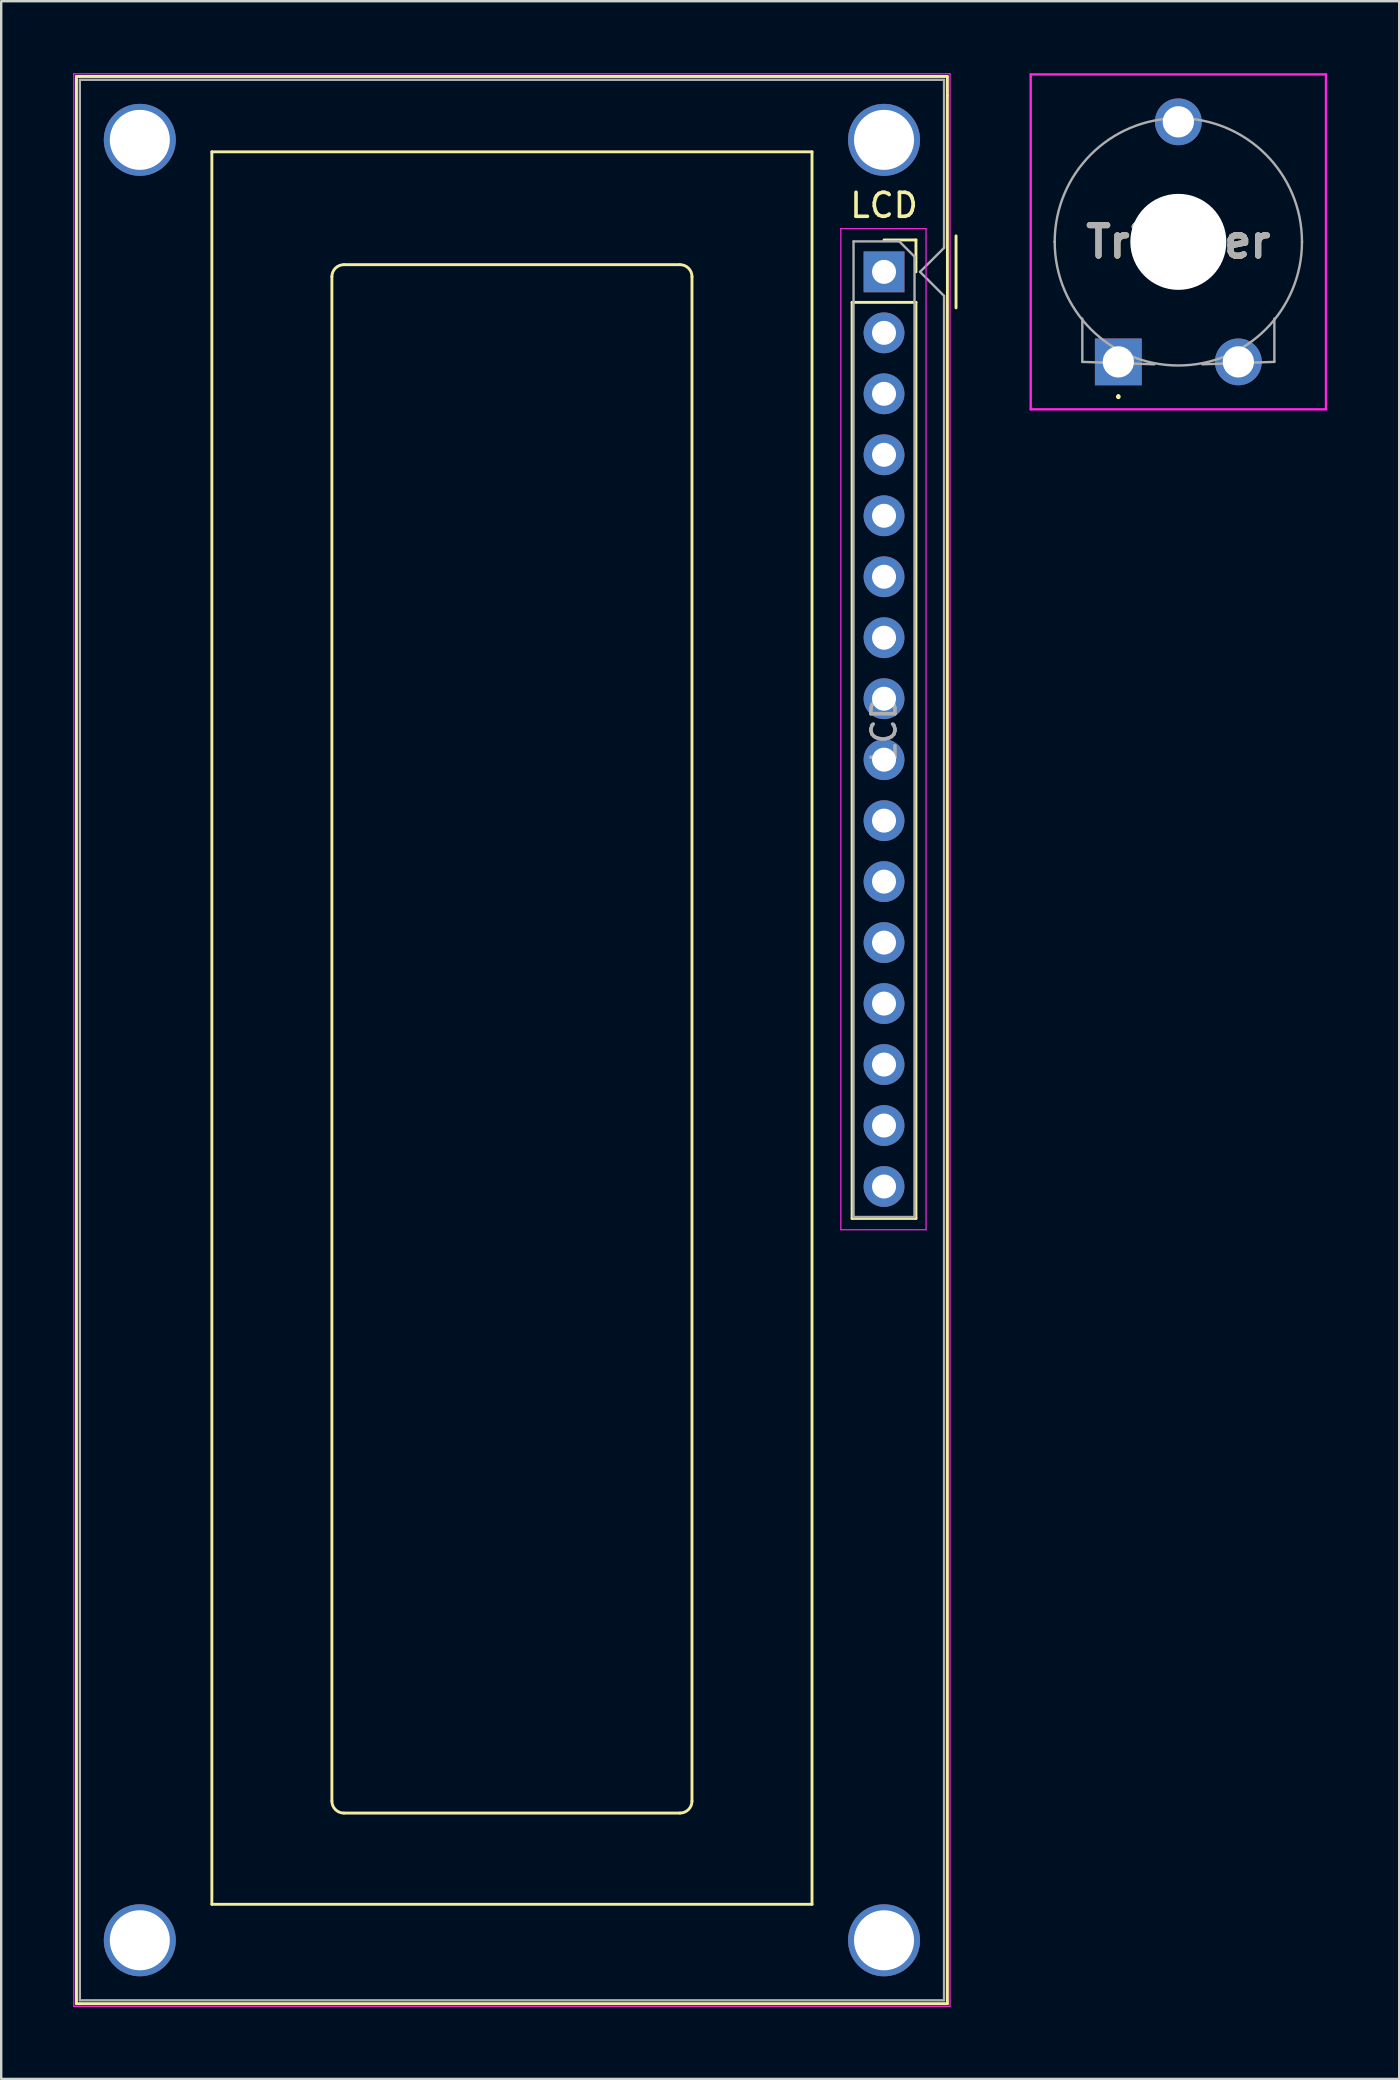
<source format=kicad_pcb>
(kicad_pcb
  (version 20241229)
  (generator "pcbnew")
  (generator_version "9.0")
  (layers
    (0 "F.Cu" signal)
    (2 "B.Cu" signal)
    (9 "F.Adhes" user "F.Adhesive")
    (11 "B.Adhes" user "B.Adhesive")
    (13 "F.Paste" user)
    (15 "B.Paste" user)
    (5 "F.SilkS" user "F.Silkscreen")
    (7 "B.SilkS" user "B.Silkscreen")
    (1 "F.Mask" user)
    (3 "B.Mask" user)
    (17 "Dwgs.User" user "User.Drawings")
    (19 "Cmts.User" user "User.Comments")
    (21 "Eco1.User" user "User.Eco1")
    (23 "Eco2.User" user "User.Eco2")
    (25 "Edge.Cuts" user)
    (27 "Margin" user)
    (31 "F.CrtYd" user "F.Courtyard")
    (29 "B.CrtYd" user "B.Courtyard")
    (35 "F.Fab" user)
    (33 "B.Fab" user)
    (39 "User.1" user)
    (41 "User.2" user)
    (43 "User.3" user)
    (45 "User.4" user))
  (footprint "LCD"
    (layer "F.Cu")
    (at 33.775 8.275)
    (property "Reference" "LCD" (at 0 -2.77 0) (layer "F.SilkS") (effects (font (size 1 1) (thickness 0.15))))
    (attr through_hole)
    (fp_line (start -33.64 -8.14) (end -33.64 72.14) (stroke (width 0.12) (type solid)) (layer "F.SilkS"))
    (fp_line (start -33.64 72.14) (end 2.64 72.14) (stroke (width 0.12) (type solid)) (layer "F.SilkS"))
    (fp_line (start -28 -5) (end -3 -5) (stroke (width 0.12) (type solid)) (layer "F.SilkS"))
    (fp_line (start -28 68) (end -28 -5) (stroke (width 0.12) (type solid)) (layer "F.SilkS"))
    (fp_line (start -23 63.701) (end -23 0.2) (stroke (width 0.12) (type solid)) (layer "F.SilkS"))
    (fp_line (start -22.499 -0.3) (end -8.5 -0.3) (stroke (width 0.12) (type solid)) (layer "F.SilkS"))
    (fp_line (start -8.5 64.2) (end -22.5 64.2) (stroke (width 0.12) (type solid)) (layer "F.SilkS"))
    (fp_line (start -8 0.2) (end -8 63.7) (stroke (width 0.12) (type solid)) (layer "F.SilkS"))
    (fp_line (start -3 -5) (end -3 68) (stroke (width 0.12) (type solid)) (layer "F.SilkS"))
    (fp_line (start -3 68) (end -28 68) (stroke (width 0.12) (type solid)) (layer "F.SilkS"))
    (fp_line (start -1.33 1.27) (end -1.33 39.43) (stroke (width 0.12) (type solid)) (layer "F.SilkS"))
    (fp_line (start -1.33 1.27) (end 1.33 1.27) (stroke (width 0.12) (type solid)) (layer "F.SilkS"))
    (fp_line (start -1.33 39.43) (end 1.33 39.43) (stroke (width 0.12) (type solid)) (layer "F.SilkS"))
    (fp_line (start 0 -1.33) (end 1.33 -1.33) (stroke (width 0.12) (type solid)) (layer "F.SilkS"))
    (fp_line (start 1.33 -1.33) (end 1.33 0) (stroke (width 0.12) (type solid)) (layer "F.SilkS"))
    (fp_line (start 1.33 1.27) (end 1.33 39.43) (stroke (width 0.12) (type solid)) (layer "F.SilkS"))
    (fp_line (start 2.64 -8.14) (end -33.64 -8.14) (stroke (width 0.12) (type solid)) (layer "F.SilkS"))
    (fp_line (start 2.64 -8.13) (end 2.64 -7.34) (stroke (width 0.12) (type solid)) (layer "F.SilkS"))
    (fp_line (start 2.64 72.14) (end 2.64 -7.34) (stroke (width 0.12) (type solid)) (layer "F.SilkS"))
    (fp_line (start 3 -1.5) (end 3 1.5) (stroke (width 0.12) (type solid)) (layer "F.SilkS"))
    (fp_arc (start -22.9997 0.20066) (mid -22.853142 -0.153162) (end -22.49932 -0.29972) (stroke (width 0.12) (type solid)) (layer "F.SilkS"))
    (fp_arc (start -22.49932 64.20104) (mid -22.85315 64.054479) (end -22.9997 63.70066) (stroke (width 0.12) (type solid)) (layer "F.SilkS"))
    (fp_arc (start -8.49884 -0.29972) (mid -8.145018 -0.153162) (end -7.99846 0.20066) (stroke (width 0.12) (type solid)) (layer "F.SilkS"))
    (fp_arc (start -8 63.7) (mid -8.146447 64.053553) (end -8.5 64.2) (stroke (width 0.12) (type solid)) (layer "F.SilkS"))
    (fp_line (start -33.75 -8.25) (end -33.75 72.25) (stroke (width 0.05) (type solid)) (layer "F.CrtYd"))
    (fp_line (start -1.8 -1.8) (end 1.75 -1.8) (stroke (width 0.05) (type solid)) (layer "F.CrtYd"))
    (fp_line (start -1.8 39.9) (end -1.8 -1.8) (stroke (width 0.05) (type solid)) (layer "F.CrtYd"))
    (fp_line (start 1.75 -1.8) (end 1.75 39.9) (stroke (width 0.05) (type solid)) (layer "F.CrtYd"))
    (fp_line (start 1.75 39.9) (end -1.8 39.9) (stroke (width 0.05) (type solid)) (layer "F.CrtYd"))
    (fp_line (start 2.75 -8.25) (end -33.75 -8.25) (stroke (width 0.05) (type solid)) (layer "F.CrtYd"))
    (fp_line (start 2.75 -8.25) (end 2.75 72.25) (stroke (width 0.05) (type solid)) (layer "F.CrtYd"))
    (fp_line (start 2.75 72.25) (end -33.75 72.25) (stroke (width 0.05) (type solid)) (layer "F.CrtYd"))
    (fp_line (start -33.5 -8) (end 2.5 -8) (stroke (width 0.1) (type solid)) (layer "F.Fab"))
    (fp_line (start -33.5 72) (end -33.5 -8) (stroke (width 0.1) (type solid)) (layer "F.Fab"))
    (fp_line (start -1.27 -1.27) (end 0.635 -1.27) (stroke (width 0.1) (type solid)) (layer "F.Fab"))
    (fp_line (start -1.27 39.37) (end -1.27 -1.27) (stroke (width 0.1) (type solid)) (layer "F.Fab"))
    (fp_line (start 0.635 -1.27) (end 1.27 -0.635) (stroke (width 0.1) (type solid)) (layer "F.Fab"))
    (fp_line (start 1.27 -0.635) (end 1.27 39.37) (stroke (width 0.1) (type solid)) (layer "F.Fab"))
    (fp_line (start 1.27 39.37) (end -1.27 39.37) (stroke (width 0.1) (type solid)) (layer "F.Fab"))
    (fp_line (start 1.5 0) (end 2.5 -1) (stroke (width 0.1) (type solid)) (layer "F.Fab"))
    (fp_line (start 2.5 -1) (end 2.5 -8) (stroke (width 0.1) (type solid)) (layer "F.Fab"))
    (fp_line (start 2.5 1) (end 1.5 0) (stroke (width 0.1) (type solid)) (layer "F.Fab"))
    (fp_line (start 2.5 1) (end 2.5 72) (stroke (width 0.1) (type solid)) (layer "F.Fab"))
    (fp_line (start 2.5 72) (end -33.5 72) (stroke (width 0.1) (type solid)) (layer "F.Fab"))
    (fp_text user "${REFERENCE}" (at 0 19.05 90) (layer "F.Fab") (effects (font (size 1 1) (thickness 0.15))))
    (pad "" np_thru_hole circle (at -31.001 -5.499 270) (size 3 3) (drill 2.5) (layers "*.Cu" "*.Mask"))
    (pad "" np_thru_hole circle (at -31.001 69.499 270) (size 3 3) (drill 2.5) (layers "*.Cu" "*.Mask"))
    (pad "" np_thru_hole circle (at 0 -5.499 270) (size 3 3) (drill 2.5) (layers "*.Cu" "*.Mask"))
    (pad "" np_thru_hole circle (at 0 69.5 270) (size 3 3) (drill 2.5) (layers "*.Cu" "*.Mask"))
    (pad "1" thru_hole rect (at 0 0) (size 1.7 1.7) (drill 1) (layers "*.Cu" "*.Mask"))
    (pad "2" thru_hole oval (at 0 2.54) (size 1.7 1.7) (drill 1) (layers "*.Cu" "*.Mask"))
    (pad "3" thru_hole oval (at 0 5.08) (size 1.7 1.7) (drill 1) (layers "*.Cu" "*.Mask"))
    (pad "4" thru_hole oval (at 0 7.62) (size 1.7 1.7) (drill 1) (layers "*.Cu" "*.Mask"))
    (pad "5" thru_hole oval (at 0 10.16) (size 1.7 1.7) (drill 1) (layers "*.Cu" "*.Mask"))
    (pad "6" thru_hole oval (at 0 12.7) (size 1.7 1.7) (drill 1) (layers "*.Cu" "*.Mask"))
    (pad "7" thru_hole oval (at 0 15.24) (size 1.7 1.7) (drill 1) (layers "*.Cu" "*.Mask"))
    (pad "8" thru_hole oval (at 0 17.78) (size 1.7 1.7) (drill 1) (layers "*.Cu" "*.Mask"))
    (pad "9" thru_hole oval (at 0 20.32) (size 1.7 1.7) (drill 1) (layers "*.Cu" "*.Mask"))
    (pad "10" thru_hole oval (at 0 22.86) (size 1.7 1.7) (drill 1) (layers "*.Cu" "*.Mask"))
    (pad "11" thru_hole oval (at 0 25.4) (size 1.7 1.7) (drill 1) (layers "*.Cu" "*.Mask"))
    (pad "12" thru_hole oval (at 0 27.94) (size 1.7 1.7) (drill 1) (layers "*.Cu" "*.Mask"))
    (pad "13" thru_hole oval (at 0 30.48) (size 1.7 1.7) (drill 1) (layers "*.Cu" "*.Mask"))
    (pad "14" thru_hole oval (at 0 33.02) (size 1.7 1.7) (drill 1) (layers "*.Cu" "*.Mask"))
    (pad "15" thru_hole oval (at 0 35.56) (size 1.7 1.7) (drill 1) (layers "*.Cu" "*.Mask"))
    (pad "16" thru_hole oval (at 0 38.1) (size 1.7 1.7) (drill 1) (layers "*.Cu" "*.Mask")))
  (footprint "Trimmer"
    (layer "F.Cu")
    (at 43.535 12.025)
    (property "Reference" "Trimmer" (at 2.5 -5 0) (layer "F.SilkS") (effects (font (size 1.27 1.27) (thickness 0.254))))
    (attr through_hole)
    (fp_line (start 0 1.4) (end 0 1.4) (stroke (width 0.1) (type solid)) (layer "F.SilkS"))
    (fp_line (start 0 1.5) (end 0 1.5) (stroke (width 0.1) (type solid)) (layer "F.SilkS"))
    (fp_arc (start 0 1.4) (mid 0.05 1.45) (end 0 1.5) (stroke (width 0.1) (type solid)) (layer "F.SilkS"))
    (fp_arc (start 0 1.5) (mid -0.05 1.45) (end 0 1.4) (stroke (width 0.1) (type solid)) (layer "F.SilkS"))
    (fp_line (start -3.65 -11.975) (end 8.65 -11.975) (stroke (width 0.1) (type solid)) (layer "F.CrtYd"))
    (fp_line (start -3.65 1.975) (end -3.65 -11.975) (stroke (width 0.1) (type solid)) (layer "F.CrtYd"))
    (fp_line (start 8.65 -11.975) (end 8.65 1.975) (stroke (width 0.1) (type solid)) (layer "F.CrtYd"))
    (fp_line (start 8.65 1.975) (end -3.65 1.975) (stroke (width 0.1) (type solid)) (layer "F.CrtYd"))
    (fp_line (start -2.65 -5) (end -2.65 -5) (stroke (width 0.1) (type solid)) (layer "F.Fab"))
    (fp_line (start -1.5 -1.8) (end -1.5 0) (stroke (width 0.1) (type solid)) (layer "F.Fab"))
    (fp_line (start -1.5 0) (end 1.5 0.1) (stroke (width 0.1) (type solid)) (layer "F.Fab"))
    (fp_line (start 6.5 -1.8) (end 6.5 0) (stroke (width 0.1) (type solid)) (layer "F.Fab"))
    (fp_line (start 6.5 0) (end 3.5 0.1) (stroke (width 0.1) (type solid)) (layer "F.Fab"))
    (fp_line (start 7.65 -5) (end 7.65 -5) (stroke (width 0.1) (type solid)) (layer "F.Fab"))
    (fp_arc (start -2.65 -5) (mid 2.5 -10.15) (end 7.65 -5) (stroke (width 0.1) (type solid)) (layer "F.Fab"))
    (fp_arc (start 7.65 -5) (mid 2.5 0.15) (end -2.65 -5) (stroke (width 0.1) (type solid)) (layer "F.Fab"))
    (fp_text user "${REFERENCE}" (at 2.5 -5 0) (layer "F.Fab") (effects (font (size 1.27 1.27) (thickness 0.254))))
    (pad "" np_thru_hole circle (at 2.5 -5) (size 4 4) (drill 4) (layers "*.Cu" "*.Mask"))
    (pad "1" thru_hole rect (at 0 0) (size 1.95 1.95) (drill 1.3) (layers "*.Cu" "*.Mask"))
    (pad "2" thru_hole circle (at 2.5 -10) (size 1.95 1.95) (drill 1.3) (layers "*.Cu" "*.Mask"))
    (pad "3" thru_hole circle (at 5 0) (size 1.95 1.95) (drill 1.3) (layers "*.Cu" "*.Mask")))
  (gr_rect
    (start -3 -3)
    (end 55.235 83.55)
    (stroke (width 0.1) (type default))
    (fill no)
    (layer "Edge.Cuts")))
</source>
